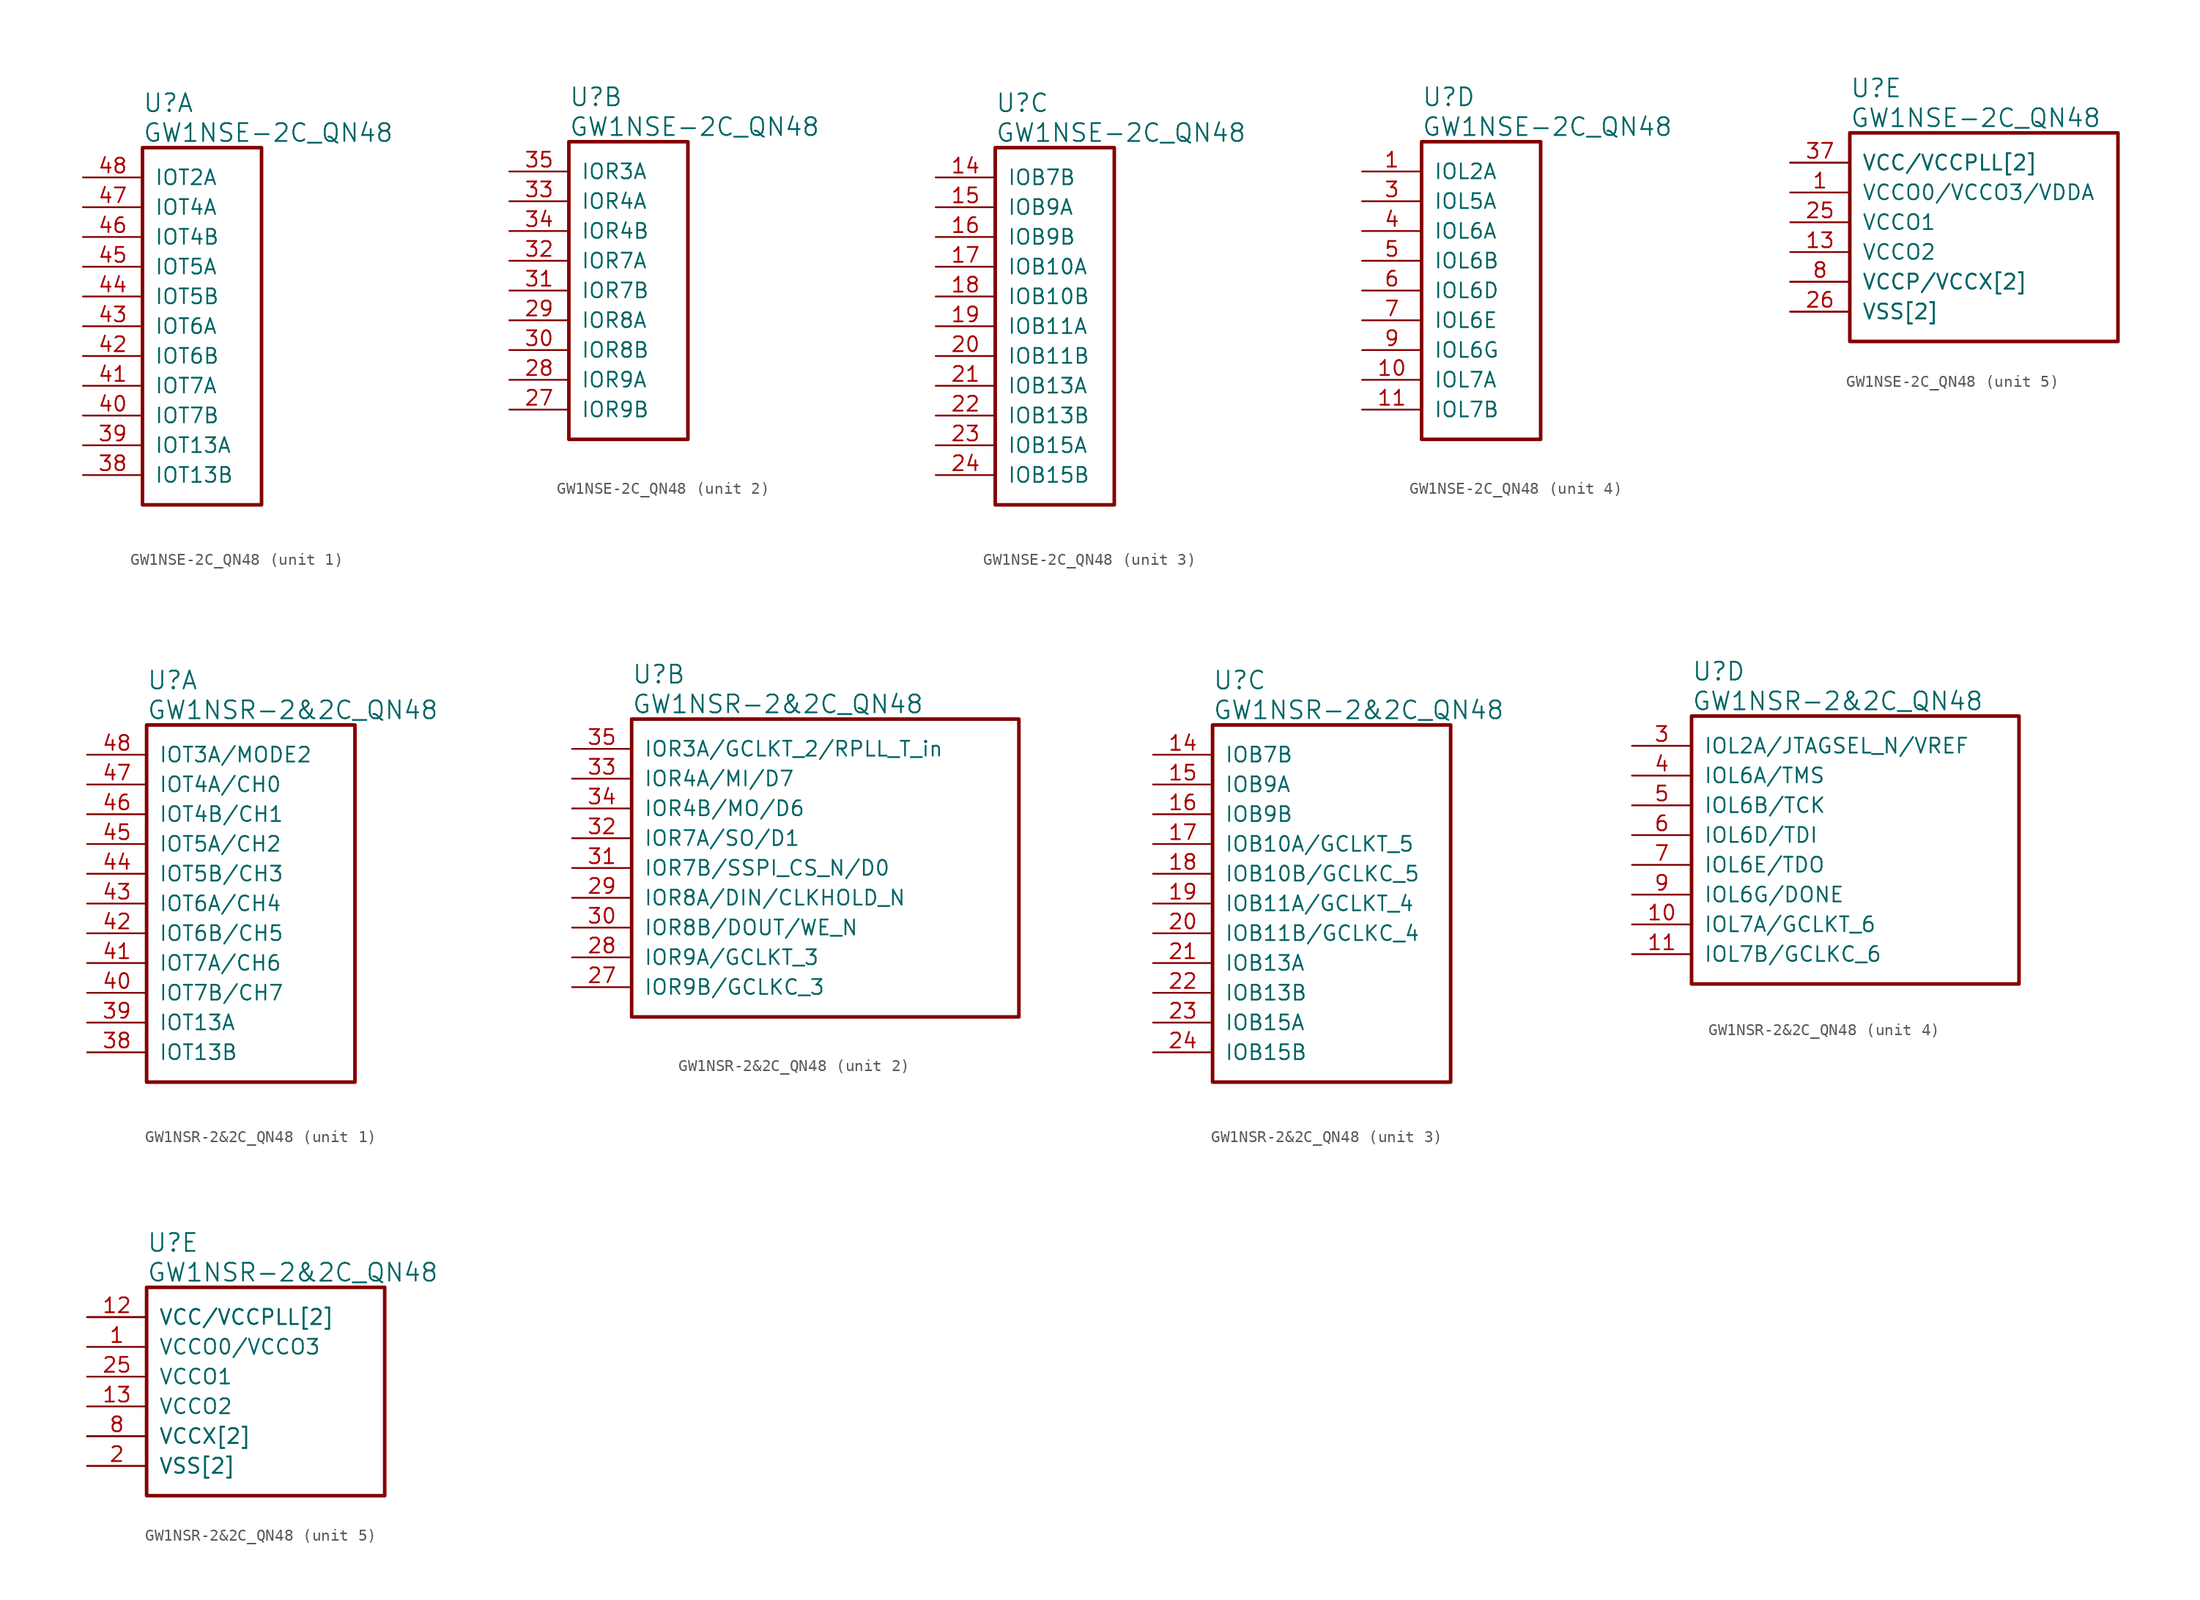
<source format=kicad_sym>
(kicad_symbol_lib
  (version 20211014)
  (generator kicad_symbol_editor)
  (symbol "GW1NSE-2C_QN48"
    (pin_names
      (offset 1.016))
    (property "Reference" "U"
      (at 5.08 6.35 0)
      (effects (font (size 1.524 1.524)) (justify left)))
    (property "Value" "GW1NSE-2C_QN48"
      (at 5.08 3.81 0)
      (effects (font (size 1.524 1.524)) (justify left)))
    (property "ki_locked" ""
      (at 0 0 0)
      (effects (font (size 1.27 1.27))))
    (symbol "GW1NSE-2C_QN48_1_1"
      (rectangle (start 5.08 2.54) (end 15.24 -27.94) (stroke (width 0.305) (type default) (color 0 0 0 0)) (fill (type none)))
      (pin bidirectional line (at 0 -25.4 0) (length 5.08) (name "IOT13B" (effects (font (size 1.27 1.27)))) (number "38" (effects (font (size 1.27 1.27)))))
      (pin bidirectional line (at 0 -22.86 0) (length 5.08) (name "IOT13A" (effects (font (size 1.27 1.27)))) (number "39" (effects (font (size 1.27 1.27)))))
      (pin bidirectional line (at 0 -20.32 0) (length 5.08) (name "IOT7B" (effects (font (size 1.27 1.27)))) (number "40" (effects (font (size 1.27 1.27)))))
      (pin bidirectional line (at 0 -17.78 0) (length 5.08) (name "IOT7A" (effects (font (size 1.27 1.27)))) (number "41" (effects (font (size 1.27 1.27)))))
      (pin bidirectional line (at 0 -15.24 0) (length 5.08) (name "IOT6B" (effects (font (size 1.27 1.27)))) (number "42" (effects (font (size 1.27 1.27)))))
      (pin bidirectional line (at 0 -12.7 0) (length 5.08) (name "IOT6A" (effects (font (size 1.27 1.27)))) (number "43" (effects (font (size 1.27 1.27)))))
      (pin bidirectional line (at 0 -10.16 0) (length 5.08) (name "IOT5B" (effects (font (size 1.27 1.27)))) (number "44" (effects (font (size 1.27 1.27)))))
      (pin bidirectional line (at 0 -7.62 0) (length 5.08) (name "IOT5A" (effects (font (size 1.27 1.27)))) (number "45" (effects (font (size 1.27 1.27)))))
      (pin bidirectional line (at 0 -5.08 0) (length 5.08) (name "IOT4B" (effects (font (size 1.27 1.27)))) (number "46" (effects (font (size 1.27 1.27)))))
      (pin bidirectional line (at 0 -2.54 0) (length 5.08) (name "IOT4A" (effects (font (size 1.27 1.27)))) (number "47" (effects (font (size 1.27 1.27)))))
      (pin bidirectional line (at 0 0 0) (length 5.08) (name "IOT2A" (effects (font (size 1.27 1.27)))) (number "48" (effects (font (size 1.27 1.27))))))
    (symbol "GW1NSE-2C_QN48_2_1"
      (rectangle (start 5.08 2.54) (end 15.24 -22.86) (stroke (width 0.305) (type default) (color 0 0 0 0)) (fill (type none)))
      (pin bidirectional line (at 0 -20.32 0) (length 5.08) (name "IOR9B" (effects (font (size 1.27 1.27)))) (number "27" (effects (font (size 1.27 1.27)))))
      (pin bidirectional line (at 0 -17.78 0) (length 5.08) (name "IOR9A" (effects (font (size 1.27 1.27)))) (number "28" (effects (font (size 1.27 1.27)))))
      (pin bidirectional line (at 0 -12.7 0) (length 5.08) (name "IOR8A" (effects (font (size 1.27 1.27)))) (number "29" (effects (font (size 1.27 1.27)))))
      (pin bidirectional line (at 0 -15.24 0) (length 5.08) (name "IOR8B" (effects (font (size 1.27 1.27)))) (number "30" (effects (font (size 1.27 1.27)))))
      (pin bidirectional line (at 0 -10.16 0) (length 5.08) (name "IOR7B" (effects (font (size 1.27 1.27)))) (number "31" (effects (font (size 1.27 1.27)))))
      (pin bidirectional line (at 0 -7.62 0) (length 5.08) (name "IOR7A" (effects (font (size 1.27 1.27)))) (number "32" (effects (font (size 1.27 1.27)))))
      (pin bidirectional line (at 0 -2.54 0) (length 5.08) (name "IOR4A" (effects (font (size 1.27 1.27)))) (number "33" (effects (font (size 1.27 1.27)))))
      (pin bidirectional line (at 0 -5.08 0) (length 5.08) (name "IOR4B" (effects (font (size 1.27 1.27)))) (number "34" (effects (font (size 1.27 1.27)))))
      (pin bidirectional line (at 0 0 0) (length 5.08) (name "IOR3A" (effects (font (size 1.27 1.27)))) (number "35" (effects (font (size 1.27 1.27))))))
    (symbol "GW1NSE-2C_QN48_3_1"
      (rectangle (start 5.08 2.54) (end 15.24 -27.94) (stroke (width 0.305) (type default) (color 0 0 0 0)) (fill (type none)))
      (pin bidirectional line (at 0 0 0) (length 5.08) (name "IOB7B" (effects (font (size 1.27 1.27)))) (number "14" (effects (font (size 1.27 1.27)))))
      (pin bidirectional line (at 0 -2.54 0) (length 5.08) (name "IOB9A" (effects (font (size 1.27 1.27)))) (number "15" (effects (font (size 1.27 1.27)))))
      (pin bidirectional line (at 0 -5.08 0) (length 5.08) (name "IOB9B" (effects (font (size 1.27 1.27)))) (number "16" (effects (font (size 1.27 1.27)))))
      (pin bidirectional line (at 0 -7.62 0) (length 5.08) (name "IOB10A" (effects (font (size 1.27 1.27)))) (number "17" (effects (font (size 1.27 1.27)))))
      (pin bidirectional line (at 0 -10.16 0) (length 5.08) (name "IOB10B" (effects (font (size 1.27 1.27)))) (number "18" (effects (font (size 1.27 1.27)))))
      (pin bidirectional line (at 0 -12.7 0) (length 5.08) (name "IOB11A" (effects (font (size 1.27 1.27)))) (number "19" (effects (font (size 1.27 1.27)))))
      (pin bidirectional line (at 0 -15.24 0) (length 5.08) (name "IOB11B" (effects (font (size 1.27 1.27)))) (number "20" (effects (font (size 1.27 1.27)))))
      (pin bidirectional line (at 0 -17.78 0) (length 5.08) (name "IOB13A" (effects (font (size 1.27 1.27)))) (number "21" (effects (font (size 1.27 1.27)))))
      (pin bidirectional line (at 0 -20.32 0) (length 5.08) (name "IOB13B" (effects (font (size 1.27 1.27)))) (number "22" (effects (font (size 1.27 1.27)))))
      (pin bidirectional line (at 0 -22.86 0) (length 5.08) (name "IOB15A" (effects (font (size 1.27 1.27)))) (number "23" (effects (font (size 1.27 1.27)))))
      (pin bidirectional line (at 0 -25.4 0) (length 5.08) (name "IOB15B" (effects (font (size 1.27 1.27)))) (number "24" (effects (font (size 1.27 1.27))))))
    (symbol "GW1NSE-2C_QN48_4_1"
      (rectangle (start 5.08 2.54) (end 15.24 -22.86) (stroke (width 0.305) (type default) (color 0 0 0 0)) (fill (type none)))
      (pin bidirectional line (at 0 0 0) (length 5.08) (name "IOL2A" (effects (font (size 1.27 1.27)))) (number "1" (effects (font (size 1.27 1.27)))))
      (pin bidirectional line (at 0 -17.78 0) (length 5.08) (name "IOL7A" (effects (font (size 1.27 1.27)))) (number "10" (effects (font (size 1.27 1.27)))))
      (pin bidirectional line (at 0 -20.32 0) (length 5.08) (name "IOL7B" (effects (font (size 1.27 1.27)))) (number "11" (effects (font (size 1.27 1.27)))))
      (pin bidirectional line (at 0 -2.54 0) (length 5.08) (name "IOL5A" (effects (font (size 1.27 1.27)))) (number "3" (effects (font (size 1.27 1.27)))))
      (pin bidirectional line (at 0 -5.08 0) (length 5.08) (name "IOL6A" (effects (font (size 1.27 1.27)))) (number "4" (effects (font (size 1.27 1.27)))))
      (pin bidirectional line (at 0 -7.62 0) (length 5.08) (name "IOL6B" (effects (font (size 1.27 1.27)))) (number "5" (effects (font (size 1.27 1.27)))))
      (pin bidirectional line (at 0 -10.16 0) (length 5.08) (name "IOL6D" (effects (font (size 1.27 1.27)))) (number "6" (effects (font (size 1.27 1.27)))))
      (pin bidirectional line (at 0 -12.7 0) (length 5.08) (name "IOL6E" (effects (font (size 1.27 1.27)))) (number "7" (effects (font (size 1.27 1.27)))))
      (pin bidirectional line (at 0 -15.24 0) (length 5.08) (name "IOL6G" (effects (font (size 1.27 1.27)))) (number "9" (effects (font (size 1.27 1.27))))))
    (symbol "GW1NSE-2C_QN48_5_1"
      (rectangle (start 5.08 2.54) (end 27.94 -15.24) (stroke (width 0.305) (type default) (color 0 0 0 0)) (fill (type none)))
      (pin power_in line (at 0 -2.54 0) (length 5.08) (name "VCCO0/VCCO3/VDDA" (effects (font (size 1.27 1.27)))) (number "1" (effects (font (size 1.27 1.27)))))
      (pin power_in line (at 0 0 0) (length 5.08) (name "VCC/VCCPLL[2]" (effects (font (size 1.27 1.27)))) (number "12" (effects (font (size 0 0)))))
      (pin power_in line (at 0 -7.62 0) (length 5.08) (name "VCCO2" (effects (font (size 1.27 1.27)))) (number "13" (effects (font (size 1.27 1.27)))))
      (pin power_in line (at 0 -12.7 0) (length 5.08) (name "VSS[2]" (effects (font (size 1.27 1.27)))) (number "2" (effects (font (size 0 0)))))
      (pin power_in line (at 0 -5.08 0) (length 5.08) (name "VCCO1" (effects (font (size 1.27 1.27)))) (number "25" (effects (font (size 1.27 1.27)))))
      (pin power_in line (at 0 -12.7 0) (length 5.08) (name "VSS[2]" (effects (font (size 1.27 1.27)))) (number "26" (effects (font (size 1.27 1.27)))))
      (pin power_in line (at 0 -10.16 0) (length 5.08) (name "VCCP/VCCX[2]" (effects (font (size 1.27 1.27)))) (number "36" (effects (font (size 0 0)))))
      (pin power_in line (at 0 0 0) (length 5.08) (name "VCC/VCCPLL[2]" (effects (font (size 1.27 1.27)))) (number "37" (effects (font (size 1.27 1.27)))))
      (pin power_in line (at 0 -10.16 0) (length 5.08) (name "VCCP/VCCX[2]" (effects (font (size 1.27 1.27)))) (number "8" (effects (font (size 1.27 1.27)))))))
  (symbol "GW1NSR-2&2C_QN48"
    (pin_names
      (offset 1.016))
    (property "Reference" "U"
      (at 5.08 6.35 0)
      (effects (font (size 1.524 1.524)) (justify left)))
    (property "Value" "GW1NSR-2&2C_QN48"
      (at 5.08 3.81 0)
      (effects (font (size 1.524 1.524)) (justify left)))
    (property "ki_locked" ""
      (at 0 0 0)
      (effects (font (size 1.27 1.27))))
    (symbol "GW1NSR-2&2C_QN48_1_1"
      (rectangle (start 5.08 2.54) (end 22.86 -27.94) (stroke (width 0.305) (type default) (color 0 0 0 0)) (fill (type none)))
      (pin bidirectional line (at 0 -25.4 0) (length 5.08) (name "IOT13B" (effects (font (size 1.27 1.27)))) (number "38" (effects (font (size 1.27 1.27)))))
      (pin bidirectional line (at 0 -22.86 0) (length 5.08) (name "IOT13A" (effects (font (size 1.27 1.27)))) (number "39" (effects (font (size 1.27 1.27)))))
      (pin bidirectional line (at 0 -20.32 0) (length 5.08) (name "IOT7B/CH7" (effects (font (size 1.27 1.27)))) (number "40" (effects (font (size 1.27 1.27)))))
      (pin bidirectional line (at 0 -17.78 0) (length 5.08) (name "IOT7A/CH6" (effects (font (size 1.27 1.27)))) (number "41" (effects (font (size 1.27 1.27)))))
      (pin bidirectional line (at 0 -15.24 0) (length 5.08) (name "IOT6B/CH5" (effects (font (size 1.27 1.27)))) (number "42" (effects (font (size 1.27 1.27)))))
      (pin bidirectional line (at 0 -12.7 0) (length 5.08) (name "IOT6A/CH4" (effects (font (size 1.27 1.27)))) (number "43" (effects (font (size 1.27 1.27)))))
      (pin bidirectional line (at 0 -10.16 0) (length 5.08) (name "IOT5B/CH3" (effects (font (size 1.27 1.27)))) (number "44" (effects (font (size 1.27 1.27)))))
      (pin bidirectional line (at 0 -7.62 0) (length 5.08) (name "IOT5A/CH2" (effects (font (size 1.27 1.27)))) (number "45" (effects (font (size 1.27 1.27)))))
      (pin bidirectional line (at 0 -5.08 0) (length 5.08) (name "IOT4B/CH1" (effects (font (size 1.27 1.27)))) (number "46" (effects (font (size 1.27 1.27)))))
      (pin bidirectional line (at 0 -2.54 0) (length 5.08) (name "IOT4A/CH0" (effects (font (size 1.27 1.27)))) (number "47" (effects (font (size 1.27 1.27)))))
      (pin bidirectional line (at 0 0 0) (length 5.08) (name "IOT3A/MODE2" (effects (font (size 1.27 1.27)))) (number "48" (effects (font (size 1.27 1.27))))))
    (symbol "GW1NSR-2&2C_QN48_2_1"
      (rectangle (start 5.08 2.54) (end 38.1 -22.86) (stroke (width 0.305) (type default) (color 0 0 0 0)) (fill (type none)))
      (pin bidirectional line (at 0 -20.32 0) (length 5.08) (name "IOR9B/GCLKC_3" (effects (font (size 1.27 1.27)))) (number "27" (effects (font (size 1.27 1.27)))))
      (pin bidirectional line (at 0 -17.78 0) (length 5.08) (name "IOR9A/GCLKT_3" (effects (font (size 1.27 1.27)))) (number "28" (effects (font (size 1.27 1.27)))))
      (pin bidirectional line (at 0 -12.7 0) (length 5.08) (name "IOR8A/DIN/CLKHOLD_N" (effects (font (size 1.27 1.27)))) (number "29" (effects (font (size 1.27 1.27)))))
      (pin bidirectional line (at 0 -15.24 0) (length 5.08) (name "IOR8B/DOUT/WE_N" (effects (font (size 1.27 1.27)))) (number "30" (effects (font (size 1.27 1.27)))))
      (pin bidirectional line (at 0 -10.16 0) (length 5.08) (name "IOR7B/SSPI_CS_N/D0" (effects (font (size 1.27 1.27)))) (number "31" (effects (font (size 1.27 1.27)))))
      (pin bidirectional line (at 0 -7.62 0) (length 5.08) (name "IOR7A/SO/D1" (effects (font (size 1.27 1.27)))) (number "32" (effects (font (size 1.27 1.27)))))
      (pin bidirectional line (at 0 -2.54 0) (length 5.08) (name "IOR4A/MI/D7" (effects (font (size 1.27 1.27)))) (number "33" (effects (font (size 1.27 1.27)))))
      (pin bidirectional line (at 0 -5.08 0) (length 5.08) (name "IOR4B/MO/D6" (effects (font (size 1.27 1.27)))) (number "34" (effects (font (size 1.27 1.27)))))
      (pin bidirectional line (at 0 0 0) (length 5.08) (name "IOR3A/GCLKT_2/RPLL_T_in" (effects (font (size 1.27 1.27)))) (number "35" (effects (font (size 1.27 1.27))))))
    (symbol "GW1NSR-2&2C_QN48_3_1"
      (rectangle (start 5.08 2.54) (end 25.4 -27.94) (stroke (width 0.305) (type default) (color 0 0 0 0)) (fill (type none)))
      (pin bidirectional line (at 0 0 0) (length 5.08) (name "IOB7B" (effects (font (size 1.27 1.27)))) (number "14" (effects (font (size 1.27 1.27)))))
      (pin bidirectional line (at 0 -2.54 0) (length 5.08) (name "IOB9A" (effects (font (size 1.27 1.27)))) (number "15" (effects (font (size 1.27 1.27)))))
      (pin bidirectional line (at 0 -5.08 0) (length 5.08) (name "IOB9B" (effects (font (size 1.27 1.27)))) (number "16" (effects (font (size 1.27 1.27)))))
      (pin bidirectional line (at 0 -7.62 0) (length 5.08) (name "IOB10A/GCLKT_5" (effects (font (size 1.27 1.27)))) (number "17" (effects (font (size 1.27 1.27)))))
      (pin bidirectional line (at 0 -10.16 0) (length 5.08) (name "IOB10B/GCLKC_5" (effects (font (size 1.27 1.27)))) (number "18" (effects (font (size 1.27 1.27)))))
      (pin bidirectional line (at 0 -12.7 0) (length 5.08) (name "IOB11A/GCLKT_4" (effects (font (size 1.27 1.27)))) (number "19" (effects (font (size 1.27 1.27)))))
      (pin bidirectional line (at 0 -15.24 0) (length 5.08) (name "IOB11B/GCLKC_4" (effects (font (size 1.27 1.27)))) (number "20" (effects (font (size 1.27 1.27)))))
      (pin bidirectional line (at 0 -17.78 0) (length 5.08) (name "IOB13A" (effects (font (size 1.27 1.27)))) (number "21" (effects (font (size 1.27 1.27)))))
      (pin bidirectional line (at 0 -20.32 0) (length 5.08) (name "IOB13B" (effects (font (size 1.27 1.27)))) (number "22" (effects (font (size 1.27 1.27)))))
      (pin bidirectional line (at 0 -22.86 0) (length 5.08) (name "IOB15A" (effects (font (size 1.27 1.27)))) (number "23" (effects (font (size 1.27 1.27)))))
      (pin bidirectional line (at 0 -25.4 0) (length 5.08) (name "IOB15B" (effects (font (size 1.27 1.27)))) (number "24" (effects (font (size 1.27 1.27))))))
    (symbol "GW1NSR-2&2C_QN48_4_1"
      (rectangle (start 5.08 2.54) (end 33.02 -20.32) (stroke (width 0.305) (type default) (color 0 0 0 0)) (fill (type none)))
      (pin bidirectional line (at 0 -15.24 0) (length 5.08) (name "IOL7A/GCLKT_6" (effects (font (size 1.27 1.27)))) (number "10" (effects (font (size 1.27 1.27)))))
      (pin bidirectional line (at 0 -17.78 0) (length 5.08) (name "IOL7B/GCLKC_6" (effects (font (size 1.27 1.27)))) (number "11" (effects (font (size 1.27 1.27)))))
      (pin bidirectional line (at 0 0 0) (length 5.08) (name "IOL2A/JTAGSEL_N/VREF" (effects (font (size 1.27 1.27)))) (number "3" (effects (font (size 1.27 1.27)))))
      (pin bidirectional line (at 0 -2.54 0) (length 5.08) (name "IOL6A/TMS" (effects (font (size 1.27 1.27)))) (number "4" (effects (font (size 1.27 1.27)))))
      (pin bidirectional line (at 0 -5.08 0) (length 5.08) (name "IOL6B/TCK" (effects (font (size 1.27 1.27)))) (number "5" (effects (font (size 1.27 1.27)))))
      (pin bidirectional line (at 0 -7.62 0) (length 5.08) (name "IOL6D/TDI" (effects (font (size 1.27 1.27)))) (number "6" (effects (font (size 1.27 1.27)))))
      (pin bidirectional line (at 0 -10.16 0) (length 5.08) (name "IOL6E/TDO" (effects (font (size 1.27 1.27)))) (number "7" (effects (font (size 1.27 1.27)))))
      (pin bidirectional line (at 0 -12.7 0) (length 5.08) (name "IOL6G/DONE" (effects (font (size 1.27 1.27)))) (number "9" (effects (font (size 1.27 1.27))))))
    (symbol "GW1NSR-2&2C_QN48_5_1"
      (rectangle (start 5.08 2.54) (end 25.4 -15.24) (stroke (width 0.305) (type default) (color 0 0 0 0)) (fill (type none)))
      (pin power_in line (at 0 -2.54 0) (length 5.08) (name "VCCO0/VCCO3" (effects (font (size 1.27 1.27)))) (number "1" (effects (font (size 1.27 1.27)))))
      (pin power_in line (at 0 0 0) (length 5.08) (name "VCC/VCCPLL[2]" (effects (font (size 1.27 1.27)))) (number "12" (effects (font (size 1.27 1.27)))))
      (pin power_in line (at 0 -7.62 0) (length 5.08) (name "VCCO2" (effects (font (size 1.27 1.27)))) (number "13" (effects (font (size 1.27 1.27)))))
      (pin power_in line (at 0 -12.7 0) (length 5.08) (name "VSS[2]" (effects (font (size 1.27 1.27)))) (number "2" (effects (font (size 1.27 1.27)))))
      (pin power_in line (at 0 -5.08 0) (length 5.08) (name "VCCO1" (effects (font (size 1.27 1.27)))) (number "25" (effects (font (size 1.27 1.27)))))
      (pin power_in line (at 0 -12.7 0) (length 5.08) (name "VSS[2]" (effects (font (size 1.27 1.27)))) (number "26" (effects (font (size 0 0)))))
      (pin power_in line (at 0 -10.16 0) (length 5.08) (name "VCCX[2]" (effects (font (size 1.27 1.27)))) (number "36" (effects (font (size 0 0)))))
      (pin power_in line (at 0 0 0) (length 5.08) (name "VCC/VCCPLL[2]" (effects (font (size 1.27 1.27)))) (number "37" (effects (font (size 0 0)))))
      (pin power_in line (at 0 -10.16 0) (length 5.08) (name "VCCX[2]" (effects (font (size 1.27 1.27)))) (number "8" (effects (font (size 1.27 1.27))))))))
</source>
